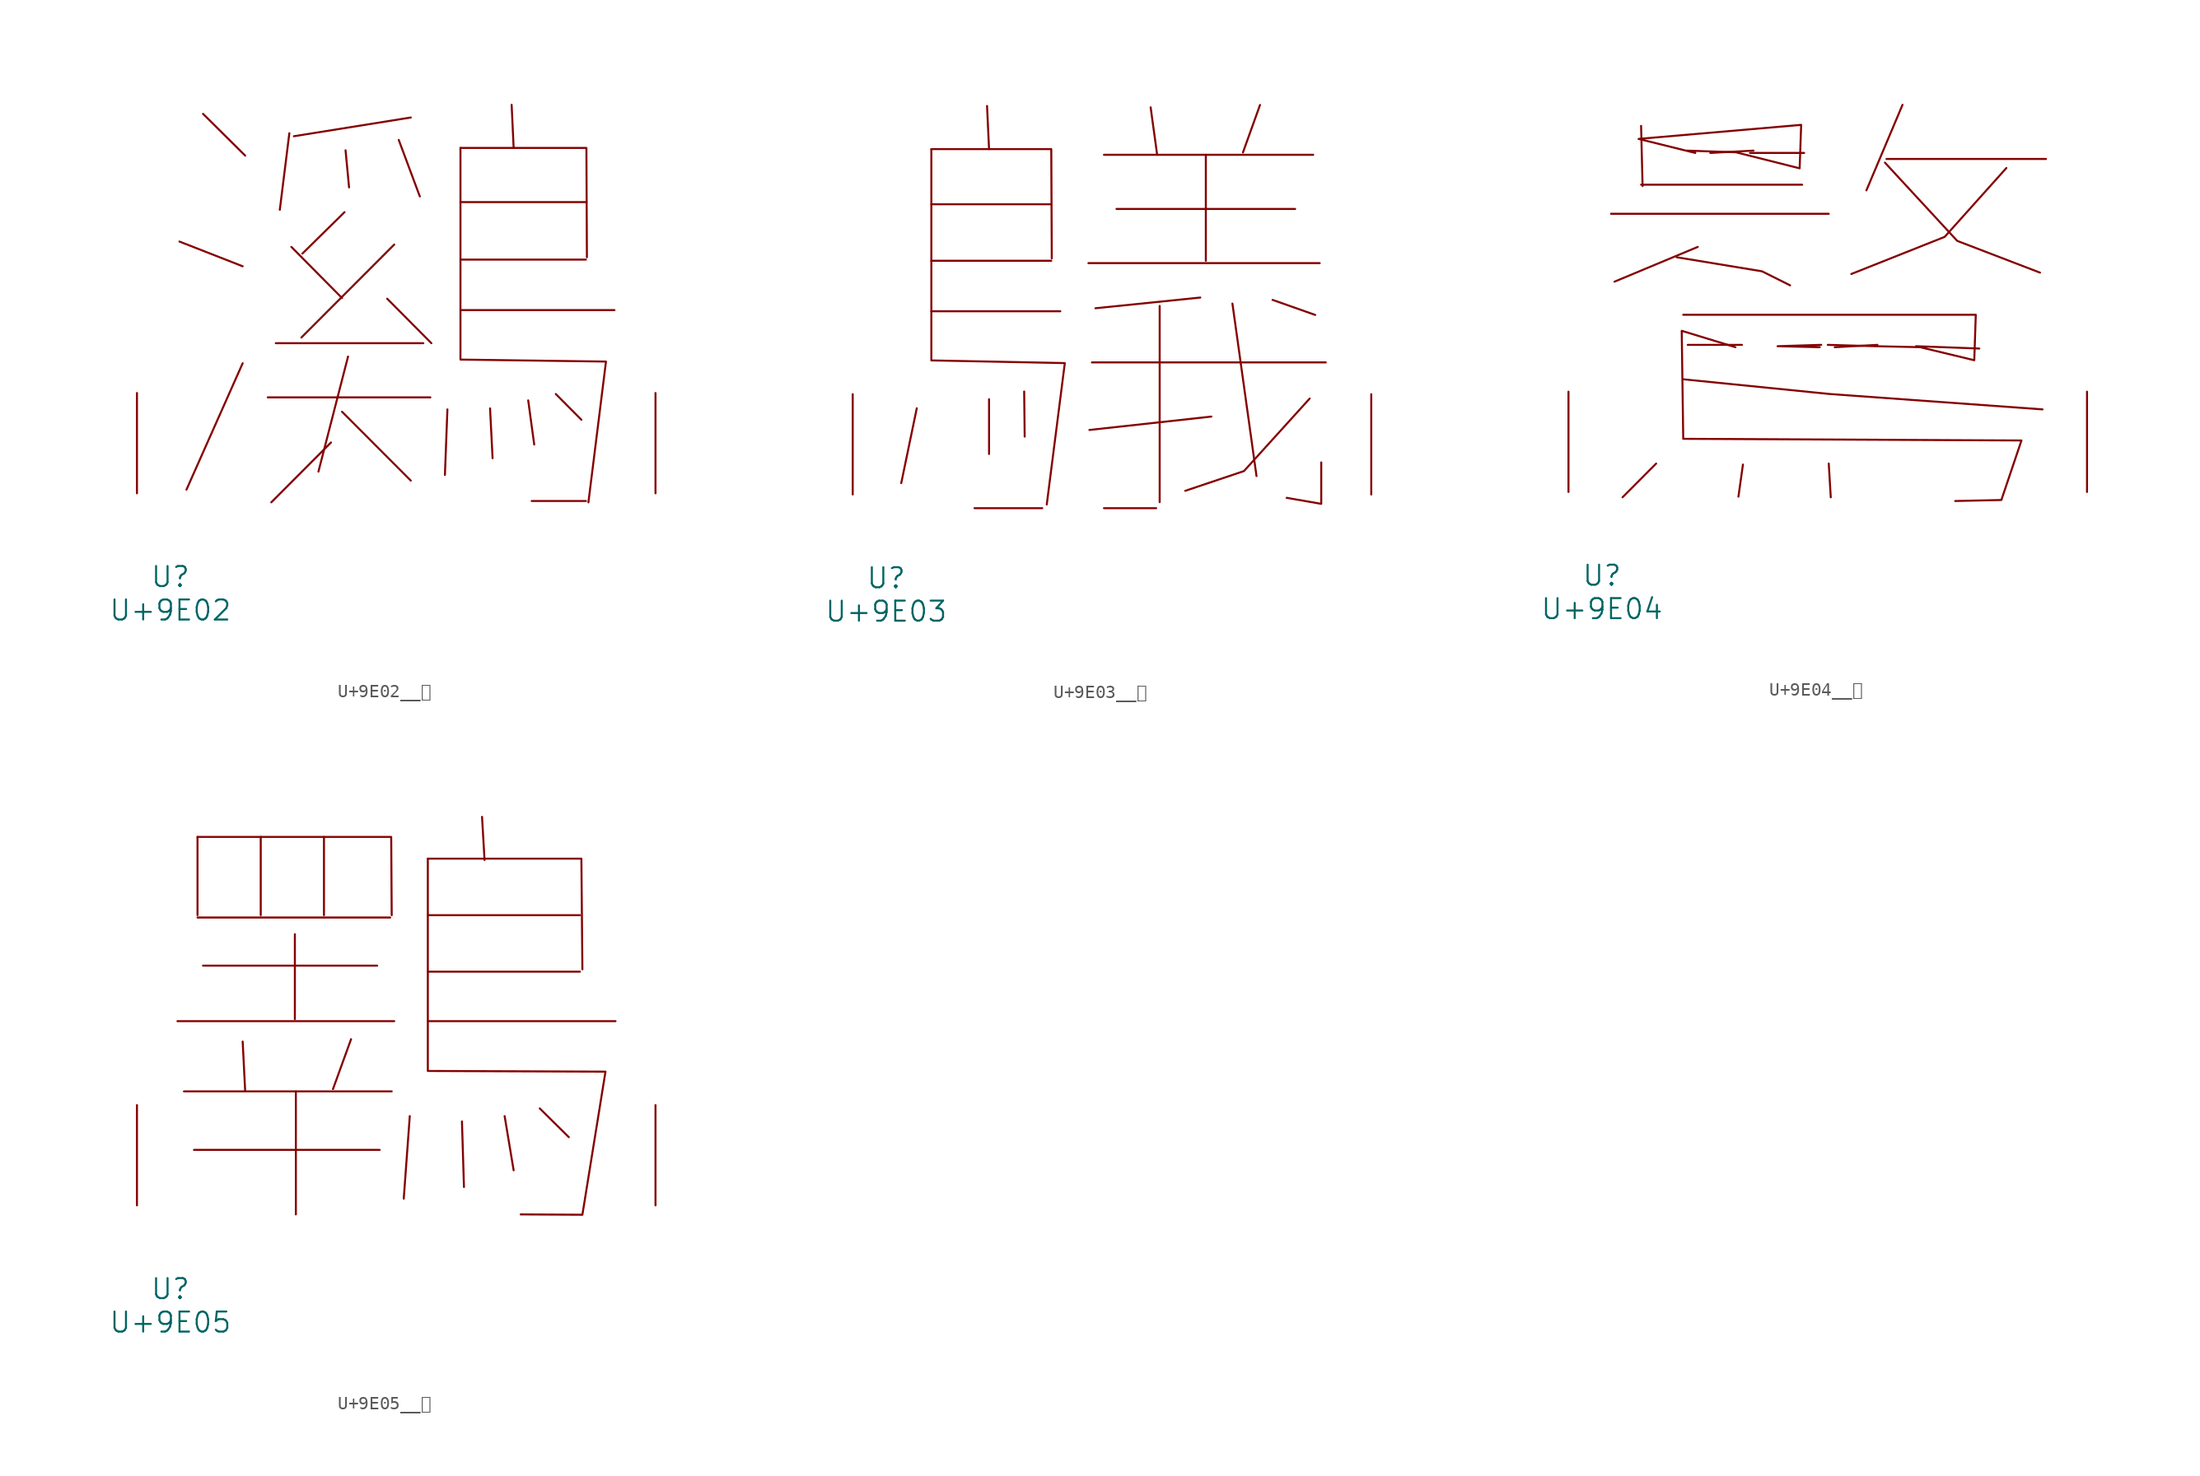
<source format=kicad_sym>
(kicad_symbol_lib
  (version 20231120)
  (generator "kicad_symbol_editor")
  (generator_version "8.0")
  (symbol "U+9E02__鸂"
    (pin_names
      (offset 1.016))
    (property "Reference" "U"
      (at 0 -6.35 0)
      (effects (font (size 1.524 1.524))))
    (property "Value" "U+9E02"
      (at 0 -8.89 0)
      (effects (font (size 1.524 1.524))))
    (symbol "U+9E02__鸂_0_1"
      (polyline (pts (xy 0.686 19.126) (xy 5.486 17.247)) (stroke (width 0) (type solid)) (fill (type none)))
      (polyline (pts (xy 2.477 28.829) (xy 5.677 25.654)) (stroke (width 0) (type solid)) (fill (type none)))
      (polyline (pts (xy 5.486 9.881) (xy 1.219 0.279)) (stroke (width 0) (type solid)) (fill (type none)))
      (polyline (pts (xy 7.391 7.29) (xy 19.736 7.29)) (stroke (width 0) (type solid)) (fill (type none)))
      (polyline (pts (xy 8.001 11.405) (xy 19.202 11.405)) (stroke (width 0) (type solid)) (fill (type none)))
      (polyline (pts (xy 9.03 27.356) (xy 8.306 21.539)) (stroke (width 0) (type solid)) (fill (type none)))
      (polyline (pts (xy 9.182 18.72) (xy 13.03 14.834)) (stroke (width 0) (type solid)) (fill (type none)))
      (polyline (pts (xy 12.192 3.861) (xy 7.658 -0.686)) (stroke (width 0) (type solid)) (fill (type none)))
      (polyline (pts (xy 13.03 6.198) (xy 18.25 0.965)) (stroke (width 0) (type solid)) (fill (type none)))
      (polyline (pts (xy 13.221 21.361) (xy 10.02 18.212)) (stroke (width 0) (type solid)) (fill (type none)))
      (polyline (pts (xy 13.297 26.06) (xy 13.564 23.241)) (stroke (width 0) (type solid)) (fill (type none)))
      (polyline (pts (xy 13.487 10.389) (xy 11.239 1.651)) (stroke (width 0) (type solid)) (fill (type none)))
      (polyline (pts (xy 16.459 14.783) (xy 19.812 11.405)) (stroke (width 0) (type solid)) (fill (type none)))
      (polyline (pts (xy 16.993 18.898) (xy 9.944 11.836)) (stroke (width 0) (type solid)) (fill (type none)))
      (polyline (pts (xy 17.335 26.848) (xy 18.936 22.555)) (stroke (width 0) (type solid)) (fill (type none)))
      (polyline (pts (xy 18.25 28.55) (xy 9.373 27.127)) (stroke (width 0) (type solid)) (fill (type none)))
      (polyline (pts (xy 21.031 6.375) (xy 20.841 1.397)) (stroke (width 0) (type solid)) (fill (type none)))
      (polyline (pts (xy 22.022 13.919) (xy 33.718 13.919)) (stroke (width 0) (type solid)) (fill (type none)))
      (polyline (pts (xy 22.022 17.755) (xy 31.547 17.755)) (stroke (width 0) (type solid)) (fill (type none)))
      (polyline (pts (xy 22.022 22.123) (xy 31.547 22.123)) (stroke (width 0) (type solid)) (fill (type none)))
      (polyline (pts (xy 24.27 6.452) (xy 24.46 2.667)) (stroke (width 0) (type solid)) (fill (type none)))
      (polyline (pts (xy 25.908 29.515) (xy 26.06 26.238)) (stroke (width 0) (type solid)) (fill (type none)))
      (polyline (pts (xy 27.165 7.061) (xy 27.622 3.708)) (stroke (width 0) (type solid)) (fill (type none)))
      (polyline (pts (xy 29.261 7.544) (xy 31.204 5.588)) (stroke (width 0) (type solid)) (fill (type none)))
      (polyline (pts (xy 31.547 -0.584) (xy 27.432 -0.584)) (stroke (width 0) (type solid)) (fill (type none)))
      (polyline (pts (xy 22.022 26.238) (xy 31.585 26.238) (xy 31.623 17.932)) (stroke (width 0) (type solid)) (fill (type none)))
      (polyline (pts (xy 22.022 26.238) (xy 22.022 10.16) (xy 33.071 10.008) (xy 31.737 -0.686)) (stroke (width 0) (type solid)) (fill (type none)))
      (pin input line (at -2.54 0 90) (length 7.62) (name "~" (effects (font (size 1.27 1.27)))) (number "~" (effects (font (size 1.27 1.27)))))
      (pin input line (at 36.83 0 90) (length 7.62) (name "~" (effects (font (size 1.27 1.27)))) (number "~" (effects (font (size 1.27 1.27)))))))
  (symbol "U+9E03__鸃"
    (pin_names
      (offset 1.016))
    (property "Reference" "U"
      (at 0 -6.35 0)
      (effects (font (size 1.524 1.524))))
    (property "Value" "U+9E03"
      (at 0 -8.89 0)
      (effects (font (size 1.524 1.524))))
    (symbol "U+9E03__鸃_0_1"
      (polyline (pts (xy 2.324 6.553) (xy 1.143 0.864)) (stroke (width 0) (type solid)) (fill (type none)))
      (polyline (pts (xy 3.429 13.919) (xy 13.221 13.919)) (stroke (width 0) (type solid)) (fill (type none)))
      (polyline (pts (xy 3.429 17.755) (xy 12.535 17.755)) (stroke (width 0) (type solid)) (fill (type none)))
      (polyline (pts (xy 3.429 22.047) (xy 12.535 22.047)) (stroke (width 0) (type solid)) (fill (type none)))
      (polyline (pts (xy 6.706 -1.041) (xy 11.849 -1.041)) (stroke (width 0) (type solid)) (fill (type none)))
      (polyline (pts (xy 7.658 29.515) (xy 7.811 26.238)) (stroke (width 0) (type solid)) (fill (type none)))
      (polyline (pts (xy 7.811 7.239) (xy 7.811 3.073)) (stroke (width 0) (type solid)) (fill (type none)))
      (polyline (pts (xy 10.477 7.823) (xy 10.516 4.394)) (stroke (width 0) (type solid)) (fill (type none)))
      (polyline (pts (xy 15.354 17.577) (xy 32.918 17.577)) (stroke (width 0) (type solid)) (fill (type none)))
      (polyline (pts (xy 15.621 10.033) (xy 33.376 10.033)) (stroke (width 0) (type solid)) (fill (type none)))
      (polyline (pts (xy 16.535 -1.041) (xy 20.498 -1.041)) (stroke (width 0) (type solid)) (fill (type none)))
      (polyline (pts (xy 16.535 25.806) (xy 32.423 25.806)) (stroke (width 0) (type solid)) (fill (type none)))
      (polyline (pts (xy 17.488 21.692) (xy 31.052 21.692)) (stroke (width 0) (type solid)) (fill (type none)))
      (polyline (pts (xy 20.079 29.413) (xy 20.574 25.806)) (stroke (width 0) (type solid)) (fill (type none)))
      (polyline (pts (xy 20.765 14.326) (xy 20.765 -0.584)) (stroke (width 0) (type solid)) (fill (type none)))
      (polyline (pts (xy 23.851 14.961) (xy 15.888 14.148)) (stroke (width 0) (type solid)) (fill (type none)))
      (polyline (pts (xy 24.27 25.806) (xy 24.27 17.755)) (stroke (width 0) (type solid)) (fill (type none)))
      (polyline (pts (xy 24.689 5.918) (xy 15.431 4.902)) (stroke (width 0) (type solid)) (fill (type none)))
      (polyline (pts (xy 26.289 14.503) (xy 28.118 1.397)) (stroke (width 0) (type solid)) (fill (type none)))
      (polyline (pts (xy 28.384 29.591) (xy 27.089 25.984)) (stroke (width 0) (type solid)) (fill (type none)))
      (polyline (pts (xy 29.337 14.783) (xy 32.575 13.64)) (stroke (width 0) (type solid)) (fill (type none)))
      (polyline (pts (xy 3.429 26.238) (xy 12.535 26.238) (xy 12.573 17.932)) (stroke (width 0) (type solid)) (fill (type none)))
      (polyline (pts (xy 32.156 7.29) (xy 27.165 1.778) (xy 22.708 0.279)) (stroke (width 0) (type solid)) (fill (type none)))
      (polyline (pts (xy 33.033 2.438) (xy 33.033 -0.711) (xy 30.404 -0.254)) (stroke (width 0) (type solid)) (fill (type none)))
      (polyline (pts (xy 3.429 26.238) (xy 3.429 10.185) (xy 13.564 9.982) (xy 12.192 -0.762)) (stroke (width 0) (type solid)) (fill (type none)))
      (pin input line (at -2.54 0 90) (length 7.62) (name "~" (effects (font (size 1.27 1.27)))) (number "~" (effects (font (size 1.27 1.27)))))
      (pin input line (at 36.83 0 90) (length 7.62) (name "~" (effects (font (size 1.27 1.27)))) (number "~" (effects (font (size 1.27 1.27)))))))
  (symbol "U+9E04__鸄"
    (pin_names
      (offset 1.016))
    (property "Reference" "U"
      (at 0 -6.35 0)
      (effects (font (size 1.524 1.524))))
    (property "Value" "U+9E04"
      (at 0 -8.89 0)
      (effects (font (size 1.524 1.524))))
    (symbol "U+9E04__鸄_0_1"
      (polyline (pts (xy 0.686 21.133) (xy 17.221 21.133)) (stroke (width 0) (type solid)) (fill (type none)))
      (polyline (pts (xy 2.972 23.343) (xy 15.202 23.343)) (stroke (width 0) (type solid)) (fill (type none)))
      (polyline (pts (xy 2.972 27.813) (xy 3.086 23.241)) (stroke (width 0) (type solid)) (fill (type none)))
      (polyline (pts (xy 4.115 2.159) (xy 1.562 -0.406)) (stroke (width 0) (type solid)) (fill (type none)))
      (polyline (pts (xy 6.515 11.176) (xy 10.63 11.176)) (stroke (width 0) (type solid)) (fill (type none)))
      (polyline (pts (xy 7.277 18.618) (xy 0.953 15.977)) (stroke (width 0) (type solid)) (fill (type none)))
      (polyline (pts (xy 8.23 25.756) (xy 11.506 25.933)) (stroke (width 0) (type solid)) (fill (type none)))
      (polyline (pts (xy 10.706 2.083) (xy 10.363 -0.356)) (stroke (width 0) (type solid)) (fill (type none)))
      (polyline (pts (xy 11.239 25.756) (xy 15.354 25.756)) (stroke (width 0) (type solid)) (fill (type none)))
      (polyline (pts (xy 17.221 2.159) (xy 17.374 -0.406)) (stroke (width 0) (type solid)) (fill (type none)))
      (polyline (pts (xy 17.678 10.998) (xy 20.917 11.176)) (stroke (width 0) (type solid)) (fill (type none)))
      (polyline (pts (xy 21.603 25.298) (xy 33.718 25.298)) (stroke (width 0) (type solid)) (fill (type none)))
      (polyline (pts (xy 22.822 29.413) (xy 20.079 22.911)) (stroke (width 0) (type solid)) (fill (type none)))
      (polyline (pts (xy 5.677 17.831) (xy 12.154 16.764) (xy 14.287 15.697)) (stroke (width 0) (type solid)) (fill (type none)))
      (polyline (pts (xy 6.172 8.56) (xy 17.297 7.442) (xy 33.452 6.274)) (stroke (width 0) (type solid)) (fill (type none)))
      (polyline (pts (xy 16.535 10.998) (xy 13.335 11.074) (xy 16.65 11.176)) (stroke (width 0) (type solid)) (fill (type none)))
      (polyline (pts (xy 21.488 25.019) (xy 26.975 19.075) (xy 33.261 16.662)) (stroke (width 0) (type solid)) (fill (type none)))
      (polyline (pts (xy 24.27 10.998) (xy 20.726 11.074) (xy 17.145 11.176)) (stroke (width 0) (type solid)) (fill (type none)))
      (polyline (pts (xy 30.709 24.613) (xy 26.022 19.38) (xy 18.936 16.561)) (stroke (width 0) (type solid)) (fill (type none)))
      (polyline (pts (xy 6.172 13.462) (xy 28.384 13.462) (xy 28.27 10.008) (xy 23.851 11.074) (xy 28.651 10.897)) (stroke (width 0) (type solid)) (fill (type none)))
      (polyline (pts (xy 7.087 25.756) (xy 2.781 26.822) (xy 15.126 27.889) (xy 15.011 24.587) (xy 10.173 25.806) (xy 6.439 25.933)) (stroke (width 0) (type solid)) (fill (type none)))
      (polyline (pts (xy 10.135 10.998) (xy 6.058 12.243) (xy 6.172 4.039) (xy 31.852 3.912) (xy 30.328 -0.61) (xy 26.822 -0.686)) (stroke (width 0) (type solid)) (fill (type none)))
      (pin input line (at -2.54 0 90) (length 7.62) (name "~" (effects (font (size 1.27 1.27)))) (number "~" (effects (font (size 1.27 1.27)))))
      (pin input line (at 36.83 0 90) (length 7.62) (name "~" (effects (font (size 1.27 1.27)))) (number "~" (effects (font (size 1.27 1.27)))))))
  (symbol "U+9E05__鸅"
    (pin_names
      (offset 1.016))
    (property "Reference" "U"
      (at 0 -6.35 0)
      (effects (font (size 1.524 1.524))))
    (property "Value" "U+9E05"
      (at 0 -8.89 0)
      (effects (font (size 1.524 1.524))))
    (symbol "U+9E05__鸅_0_1"
      (polyline (pts (xy 0.533 13.995) (xy 16.993 13.995)) (stroke (width 0) (type solid)) (fill (type none)))
      (polyline (pts (xy 1.029 8.661) (xy 16.802 8.661)) (stroke (width 0) (type solid)) (fill (type none)))
      (polyline (pts (xy 1.791 4.216) (xy 15.888 4.216)) (stroke (width 0) (type solid)) (fill (type none)))
      (polyline (pts (xy 2.057 21.869) (xy 16.688 21.869)) (stroke (width 0) (type solid)) (fill (type none)))
      (polyline (pts (xy 2.057 27.991) (xy 2.057 22.047)) (stroke (width 0) (type solid)) (fill (type none)))
      (polyline (pts (xy 2.477 18.212) (xy 15.697 18.212)) (stroke (width 0) (type solid)) (fill (type none)))
      (polyline (pts (xy 5.486 12.446) (xy 5.677 8.661)) (stroke (width 0) (type solid)) (fill (type none)))
      (polyline (pts (xy 6.858 27.991) (xy 6.858 22.047)) (stroke (width 0) (type solid)) (fill (type none)))
      (polyline (pts (xy 9.449 20.599) (xy 9.449 14.148)) (stroke (width 0) (type solid)) (fill (type none)))
      (polyline (pts (xy 9.525 8.661) (xy 9.525 -0.686)) (stroke (width 0) (type solid)) (fill (type none)))
      (polyline (pts (xy 11.659 27.991) (xy 11.659 22.047)) (stroke (width 0) (type solid)) (fill (type none)))
      (polyline (pts (xy 13.716 12.624) (xy 12.344 8.839)) (stroke (width 0) (type solid)) (fill (type none)))
      (polyline (pts (xy 18.174 6.782) (xy 17.716 0.508)) (stroke (width 0) (type solid)) (fill (type none)))
      (polyline (pts (xy 19.545 13.995) (xy 33.795 13.995)) (stroke (width 0) (type solid)) (fill (type none)))
      (polyline (pts (xy 19.545 17.755) (xy 31.09 17.755)) (stroke (width 0) (type solid)) (fill (type none)))
      (polyline (pts (xy 19.545 22.047) (xy 31.09 22.047)) (stroke (width 0) (type solid)) (fill (type none)))
      (polyline (pts (xy 22.136 6.375) (xy 22.288 1.397)) (stroke (width 0) (type solid)) (fill (type none)))
      (polyline (pts (xy 23.66 29.515) (xy 23.851 26.238)) (stroke (width 0) (type solid)) (fill (type none)))
      (polyline (pts (xy 25.375 6.782) (xy 26.06 2.667)) (stroke (width 0) (type solid)) (fill (type none)))
      (polyline (pts (xy 28.042 7.366) (xy 30.251 5.182)) (stroke (width 0) (type solid)) (fill (type none)))
      (polyline (pts (xy 2.057 27.991) (xy 16.764 27.991) (xy 16.802 22.047)) (stroke (width 0) (type solid)) (fill (type none)))
      (polyline (pts (xy 19.545 26.34) (xy 31.204 26.34) (xy 31.28 17.932)) (stroke (width 0) (type solid)) (fill (type none)))
      (polyline (pts (xy 19.545 26.34) (xy 19.545 10.211) (xy 33.033 10.16) (xy 31.28 -0.711) (xy 26.594 -0.686)) (stroke (width 0) (type solid)) (fill (type none)))
      (pin input line (at -2.54 0 90) (length 7.62) (name "~" (effects (font (size 1.27 1.27)))) (number "~" (effects (font (size 1.27 1.27)))))
      (pin input line (at 36.83 0 90) (length 7.62) (name "~" (effects (font (size 1.27 1.27)))) (number "~" (effects (font (size 1.27 1.27))))))))
</source>
